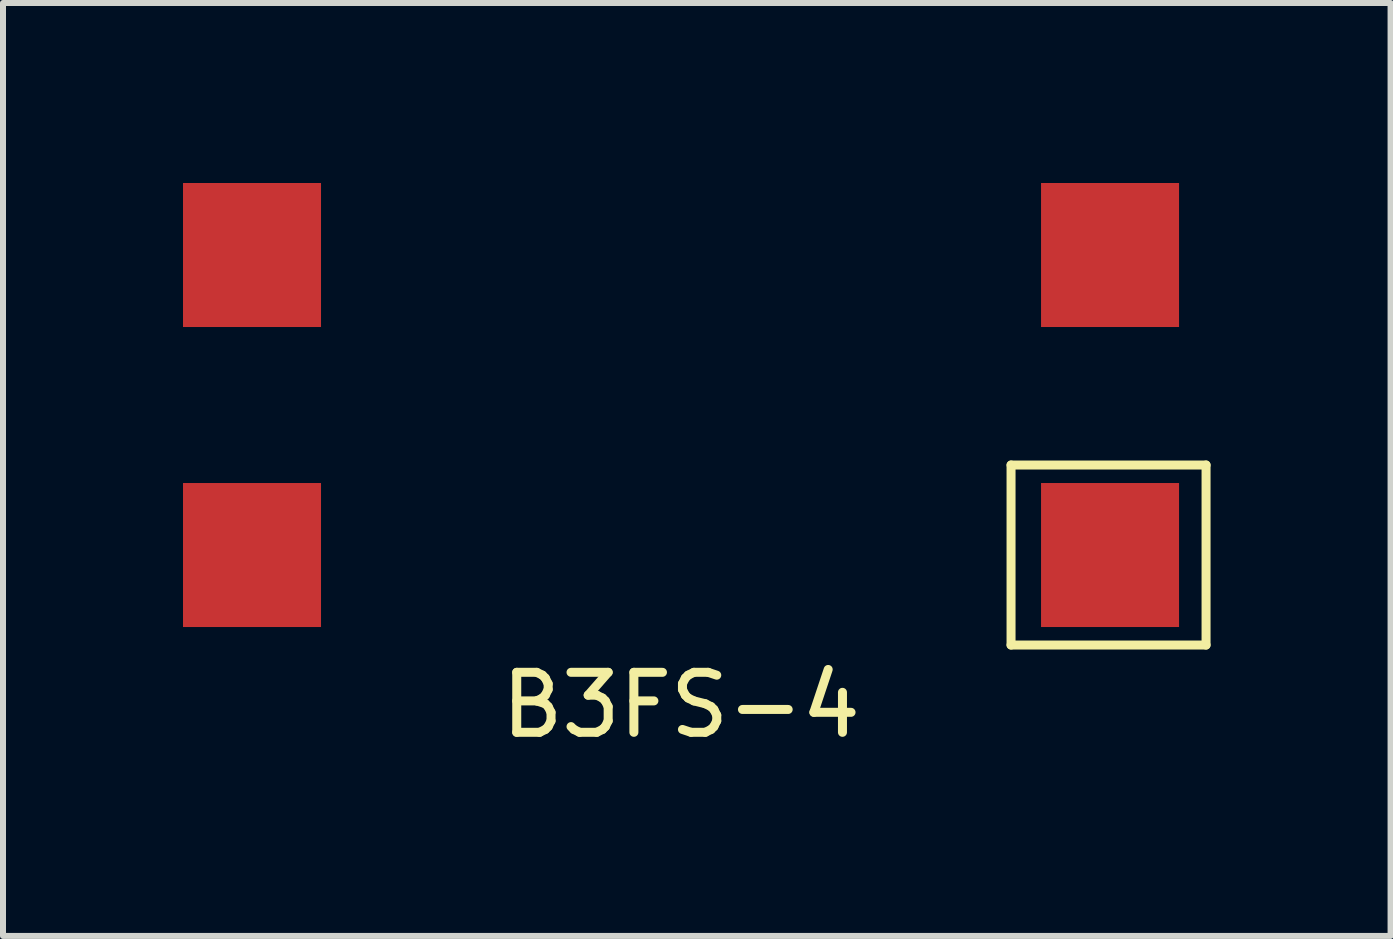
<source format=kicad_pcb>
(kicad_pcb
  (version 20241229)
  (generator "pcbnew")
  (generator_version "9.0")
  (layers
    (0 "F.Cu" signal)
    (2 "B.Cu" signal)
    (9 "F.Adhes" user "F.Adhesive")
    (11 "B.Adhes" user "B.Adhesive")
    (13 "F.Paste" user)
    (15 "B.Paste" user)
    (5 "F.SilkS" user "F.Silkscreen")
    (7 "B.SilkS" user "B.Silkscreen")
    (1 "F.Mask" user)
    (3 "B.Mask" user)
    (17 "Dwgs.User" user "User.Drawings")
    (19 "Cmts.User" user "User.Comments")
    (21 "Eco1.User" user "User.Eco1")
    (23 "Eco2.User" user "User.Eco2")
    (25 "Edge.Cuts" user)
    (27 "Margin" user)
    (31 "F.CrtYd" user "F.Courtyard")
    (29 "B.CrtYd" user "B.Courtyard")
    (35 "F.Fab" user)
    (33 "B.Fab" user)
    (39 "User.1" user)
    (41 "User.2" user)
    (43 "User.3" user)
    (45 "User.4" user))
  (footprint "B3FS-4"
    (layer "F.Cu")
    (at 8.3 3.7)
    (property "Reference" "B3FS-4" (at 0 5 0) (layer "F.SilkS") (effects (font (size 1 1) (thickness 0.15))))
    (attr through_hole)
    (fp_line (start 5.5 1) (end 8.75 1) (stroke (width 0.15) (type solid)) (layer "F.SilkS"))
    (fp_line (start 5.5 4) (end 5.5 1) (stroke (width 0.15) (type solid)) (layer "F.SilkS"))
    (fp_line (start 8.75 1) (end 8.75 4) (stroke (width 0.15) (type solid)) (layer "F.SilkS"))
    (fp_line (start 8.75 4) (end 5.5 4) (stroke (width 0.15) (type solid)) (layer "F.SilkS"))
    (pad "1" smd rect (at 7.15 2.5) (size 2.3 2.4) (layers "F.Cu" "F.Mask" "F.Paste"))
    (pad "2" smd rect (at -7.15 2.5) (size 2.3 2.4) (layers "F.Cu" "F.Mask" "F.Paste"))
    (pad "3" smd rect (at 7.15 -2.5) (size 2.3 2.4) (layers "F.Cu" "F.Mask" "F.Paste"))
    (pad "4" smd rect (at -7.15 -2.5) (size 2.3 2.4) (layers "F.Cu" "F.Mask" "F.Paste")))
  (gr_rect
    (start -3 -3)
    (end 20.125 12.548)
    (stroke (width 0.1) (type default))
    (fill no)
    (layer "Edge.Cuts")))
</source>
